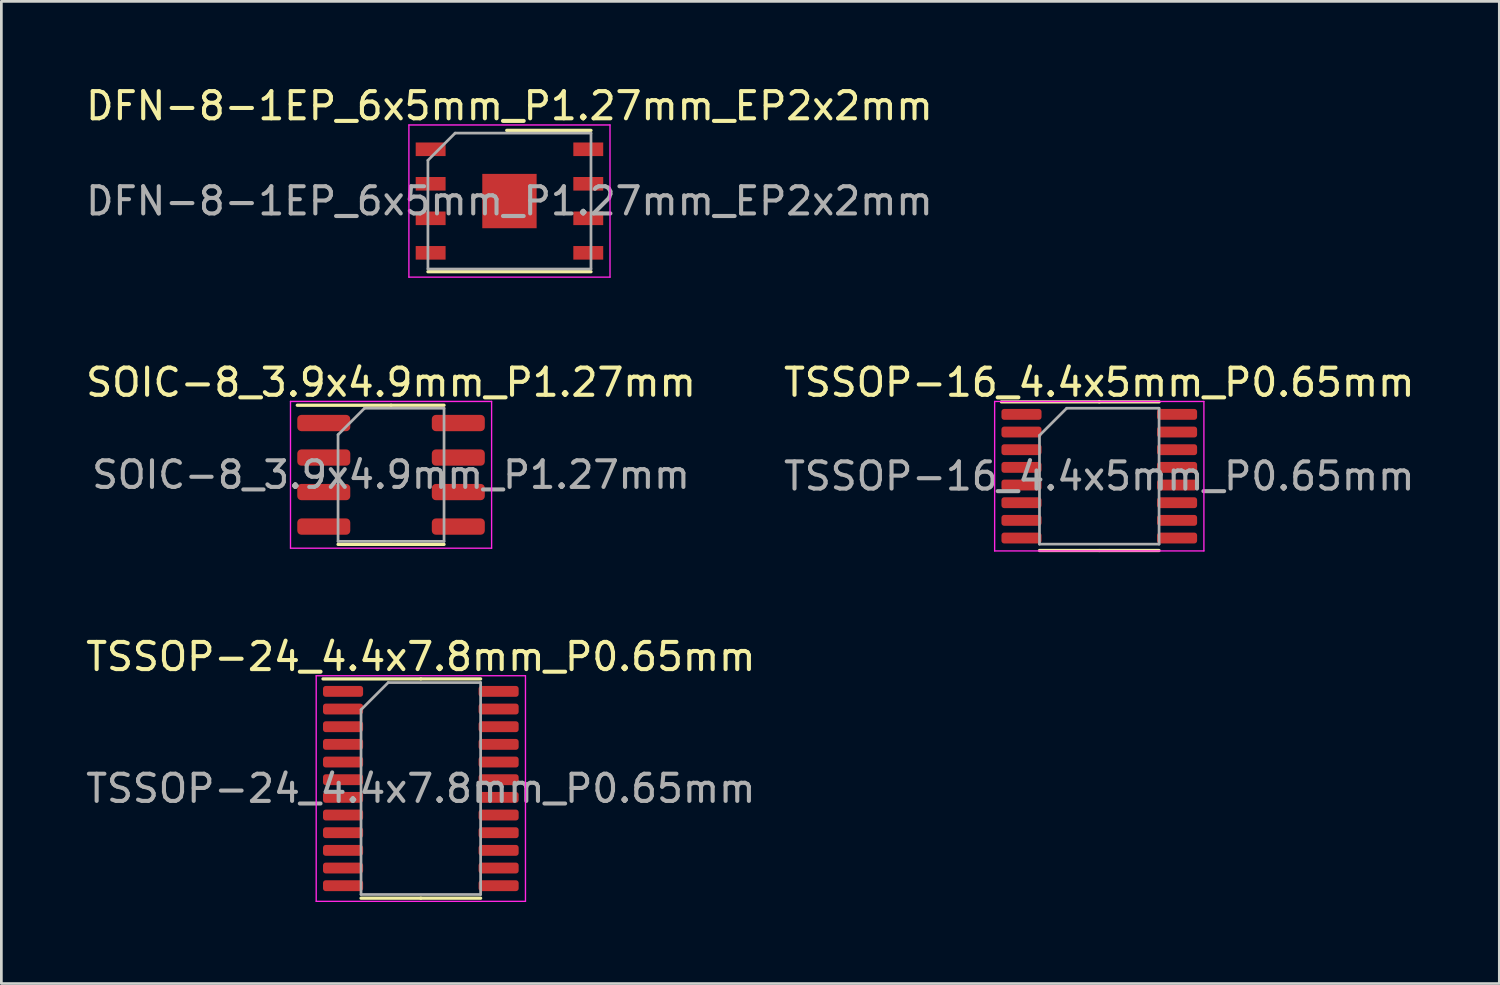
<source format=kicad_pcb>
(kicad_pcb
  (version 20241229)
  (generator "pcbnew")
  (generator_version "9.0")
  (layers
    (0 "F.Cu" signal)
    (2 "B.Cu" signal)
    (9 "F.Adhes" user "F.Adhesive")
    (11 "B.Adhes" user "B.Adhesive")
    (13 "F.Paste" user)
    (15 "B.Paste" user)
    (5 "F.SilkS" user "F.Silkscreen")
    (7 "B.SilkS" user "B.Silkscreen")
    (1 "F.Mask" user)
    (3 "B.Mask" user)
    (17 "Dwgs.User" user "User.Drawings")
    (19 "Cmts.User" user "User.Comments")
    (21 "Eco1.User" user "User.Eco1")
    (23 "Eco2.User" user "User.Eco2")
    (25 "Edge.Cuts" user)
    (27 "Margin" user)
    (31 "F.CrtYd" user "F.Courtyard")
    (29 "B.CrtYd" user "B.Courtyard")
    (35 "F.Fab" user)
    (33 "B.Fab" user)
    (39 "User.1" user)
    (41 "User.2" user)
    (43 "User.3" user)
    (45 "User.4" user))
  (footprint "TSSOP-24_4.4x7.8mm_P0.65mm"
    (layer "F.Cu")
    (at 12.435 25.965)
    (property "Reference" "TSSOP-24_4.4x7.8mm_P0.65mm" (at 0 -4.85 0) (layer "F.SilkS") (effects (font (size 1 1) (thickness 0.15))))
    (attr smd)
    (fp_line (start 0 -4.035) (end -3.6 -4.035) (stroke (width 0.12) (type solid)) (layer "F.SilkS"))
    (fp_line (start 0 -4.035) (end 2.2 -4.035) (stroke (width 0.12) (type solid)) (layer "F.SilkS"))
    (fp_line (start 0 4.035) (end -2.2 4.035) (stroke (width 0.12) (type solid)) (layer "F.SilkS"))
    (fp_line (start 0 4.035) (end 2.2 4.035) (stroke (width 0.12) (type solid)) (layer "F.SilkS"))
    (fp_line (start -3.85 -4.15) (end -3.85 4.15) (stroke (width 0.05) (type solid)) (layer "F.CrtYd"))
    (fp_line (start -3.85 4.15) (end 3.85 4.15) (stroke (width 0.05) (type solid)) (layer "F.CrtYd"))
    (fp_line (start 3.85 -4.15) (end -3.85 -4.15) (stroke (width 0.05) (type solid)) (layer "F.CrtYd"))
    (fp_line (start 3.85 4.15) (end 3.85 -4.15) (stroke (width 0.05) (type solid)) (layer "F.CrtYd"))
    (fp_line (start -2.2 -2.9) (end -1.2 -3.9) (stroke (width 0.1) (type solid)) (layer "F.Fab"))
    (fp_line (start -2.2 3.9) (end -2.2 -2.9) (stroke (width 0.1) (type solid)) (layer "F.Fab"))
    (fp_line (start -1.2 -3.9) (end 2.2 -3.9) (stroke (width 0.1) (type solid)) (layer "F.Fab"))
    (fp_line (start 2.2 -3.9) (end 2.2 3.9) (stroke (width 0.1) (type solid)) (layer "F.Fab"))
    (fp_line (start 2.2 3.9) (end -2.2 3.9) (stroke (width 0.1) (type solid)) (layer "F.Fab"))
    (fp_text user "${REFERENCE}" (at 0 0 0) (layer "F.Fab") (effects (font (size 1 1) (thickness 0.15))))
    (pad "1" smd roundrect (at -2.862 -3.575) (size 1.475 0.4) (layers "F.Cu" "F.Mask" "F.Paste") (roundrect_rratio 0.25))
    (pad "2" smd roundrect (at -2.862 -2.925) (size 1.475 0.4) (layers "F.Cu" "F.Mask" "F.Paste") (roundrect_rratio 0.25))
    (pad "3" smd roundrect (at -2.862 -2.275) (size 1.475 0.4) (layers "F.Cu" "F.Mask" "F.Paste") (roundrect_rratio 0.25))
    (pad "4" smd roundrect (at -2.862 -1.625) (size 1.475 0.4) (layers "F.Cu" "F.Mask" "F.Paste") (roundrect_rratio 0.25))
    (pad "5" smd roundrect (at -2.862 -0.975) (size 1.475 0.4) (layers "F.Cu" "F.Mask" "F.Paste") (roundrect_rratio 0.25))
    (pad "6" smd roundrect (at -2.862 -0.325) (size 1.475 0.4) (layers "F.Cu" "F.Mask" "F.Paste") (roundrect_rratio 0.25))
    (pad "7" smd roundrect (at -2.862 0.325) (size 1.475 0.4) (layers "F.Cu" "F.Mask" "F.Paste") (roundrect_rratio 0.25))
    (pad "8" smd roundrect (at -2.862 0.975) (size 1.475 0.4) (layers "F.Cu" "F.Mask" "F.Paste") (roundrect_rratio 0.25))
    (pad "9" smd roundrect (at -2.862 1.625) (size 1.475 0.4) (layers "F.Cu" "F.Mask" "F.Paste") (roundrect_rratio 0.25))
    (pad "10" smd roundrect (at -2.862 2.275) (size 1.475 0.4) (layers "F.Cu" "F.Mask" "F.Paste") (roundrect_rratio 0.25))
    (pad "11" smd roundrect (at -2.862 2.925) (size 1.475 0.4) (layers "F.Cu" "F.Mask" "F.Paste") (roundrect_rratio 0.25))
    (pad "12" smd roundrect (at -2.862 3.575) (size 1.475 0.4) (layers "F.Cu" "F.Mask" "F.Paste") (roundrect_rratio 0.25))
    (pad "13" smd roundrect (at 2.862 3.575) (size 1.475 0.4) (layers "F.Cu" "F.Mask" "F.Paste") (roundrect_rratio 0.25))
    (pad "14" smd roundrect (at 2.862 2.925) (size 1.475 0.4) (layers "F.Cu" "F.Mask" "F.Paste") (roundrect_rratio 0.25))
    (pad "15" smd roundrect (at 2.862 2.275) (size 1.475 0.4) (layers "F.Cu" "F.Mask" "F.Paste") (roundrect_rratio 0.25))
    (pad "16" smd roundrect (at 2.862 1.625) (size 1.475 0.4) (layers "F.Cu" "F.Mask" "F.Paste") (roundrect_rratio 0.25))
    (pad "17" smd roundrect (at 2.862 0.975) (size 1.475 0.4) (layers "F.Cu" "F.Mask" "F.Paste") (roundrect_rratio 0.25))
    (pad "18" smd roundrect (at 2.862 0.325) (size 1.475 0.4) (layers "F.Cu" "F.Mask" "F.Paste") (roundrect_rratio 0.25))
    (pad "19" smd roundrect (at 2.862 -0.325) (size 1.475 0.4) (layers "F.Cu" "F.Mask" "F.Paste") (roundrect_rratio 0.25))
    (pad "20" smd roundrect (at 2.862 -0.975) (size 1.475 0.4) (layers "F.Cu" "F.Mask" "F.Paste") (roundrect_rratio 0.25))
    (pad "21" smd roundrect (at 2.862 -1.625) (size 1.475 0.4) (layers "F.Cu" "F.Mask" "F.Paste") (roundrect_rratio 0.25))
    (pad "22" smd roundrect (at 2.862 -2.275) (size 1.475 0.4) (layers "F.Cu" "F.Mask" "F.Paste") (roundrect_rratio 0.25))
    (pad "23" smd roundrect (at 2.862 -2.925) (size 1.475 0.4) (layers "F.Cu" "F.Mask" "F.Paste") (roundrect_rratio 0.25))
    (pad "24" smd roundrect (at 2.862 -3.575) (size 1.475 0.4) (layers "F.Cu" "F.Mask" "F.Paste") (roundrect_rratio 0.25)))
  (footprint "SOIC-8_3.9x4.9mm_P1.27mm"
    (layer "F.Cu")
    (at 11.339 14.421)
    (property "Reference" "SOIC-8_3.9x4.9mm_P1.27mm" (at 0 -3.4 0) (layer "F.SilkS") (effects (font (size 1 1) (thickness 0.15))))
    (attr smd)
    (fp_line (start 0 -2.56) (end -3.45 -2.56) (stroke (width 0.12) (type solid)) (layer "F.SilkS"))
    (fp_line (start 0 -2.56) (end 1.95 -2.56) (stroke (width 0.12) (type solid)) (layer "F.SilkS"))
    (fp_line (start 0 2.56) (end -1.95 2.56) (stroke (width 0.12) (type solid)) (layer "F.SilkS"))
    (fp_line (start 0 2.56) (end 1.95 2.56) (stroke (width 0.12) (type solid)) (layer "F.SilkS"))
    (fp_line (start -3.7 -2.7) (end -3.7 2.7) (stroke (width 0.05) (type solid)) (layer "F.CrtYd"))
    (fp_line (start -3.7 2.7) (end 3.7 2.7) (stroke (width 0.05) (type solid)) (layer "F.CrtYd"))
    (fp_line (start 3.7 -2.7) (end -3.7 -2.7) (stroke (width 0.05) (type solid)) (layer "F.CrtYd"))
    (fp_line (start 3.7 2.7) (end 3.7 -2.7) (stroke (width 0.05) (type solid)) (layer "F.CrtYd"))
    (fp_line (start -1.95 -1.475) (end -0.975 -2.45) (stroke (width 0.1) (type solid)) (layer "F.Fab"))
    (fp_line (start -1.95 2.45) (end -1.95 -1.475) (stroke (width 0.1) (type solid)) (layer "F.Fab"))
    (fp_line (start -0.975 -2.45) (end 1.95 -2.45) (stroke (width 0.1) (type solid)) (layer "F.Fab"))
    (fp_line (start 1.95 -2.45) (end 1.95 2.45) (stroke (width 0.1) (type solid)) (layer "F.Fab"))
    (fp_line (start 1.95 2.45) (end -1.95 2.45) (stroke (width 0.1) (type solid)) (layer "F.Fab"))
    (fp_text user "${REFERENCE}" (at 0 0 0) (layer "F.Fab") (effects (font (size 0.98 0.98) (thickness 0.15))))
    (pad "1" smd roundrect (at -2.475 -1.905) (size 1.95 0.6) (layers "F.Cu" "F.Mask" "F.Paste") (roundrect_rratio 0.25))
    (pad "2" smd roundrect (at -2.475 -0.635) (size 1.95 0.6) (layers "F.Cu" "F.Mask" "F.Paste") (roundrect_rratio 0.25))
    (pad "3" smd roundrect (at -2.475 0.635) (size 1.95 0.6) (layers "F.Cu" "F.Mask" "F.Paste") (roundrect_rratio 0.25))
    (pad "4" smd roundrect (at -2.475 1.905) (size 1.95 0.6) (layers "F.Cu" "F.Mask" "F.Paste") (roundrect_rratio 0.25))
    (pad "5" smd roundrect (at 2.475 1.905) (size 1.95 0.6) (layers "F.Cu" "F.Mask" "F.Paste") (roundrect_rratio 0.25))
    (pad "6" smd roundrect (at 2.475 0.635) (size 1.95 0.6) (layers "F.Cu" "F.Mask" "F.Paste") (roundrect_rratio 0.25))
    (pad "7" smd roundrect (at 2.475 -0.635) (size 1.95 0.6) (layers "F.Cu" "F.Mask" "F.Paste") (roundrect_rratio 0.25))
    (pad "8" smd roundrect (at 2.475 -1.905) (size 1.95 0.6) (layers "F.Cu" "F.Mask" "F.Paste") (roundrect_rratio 0.25)))
  (footprint "DFN-8-1EP_6x5mm_P1.27mm_EP2x2mm"
    (layer "F.Cu")
    (at 15.696 4.348)
    (property "Reference" "DFN-8-1EP_6x5mm_P1.27mm_EP2x2mm" (at 0 -3.5 0) (layer "F.SilkS") (effects (font (size 1 1) (thickness 0.15))))
    (attr smd)
    (fp_line (start -3 2.6) (end 3 2.6) (stroke (width 0.12) (type solid)) (layer "F.SilkS"))
    (fp_line (start -0.1 -2.6) (end 3 -2.6) (stroke (width 0.12) (type solid)) (layer "F.SilkS"))
    (fp_line (start -3.7 -2.8) (end 3.7 -2.8) (stroke (width 0.05) (type solid)) (layer "F.CrtYd"))
    (fp_line (start -3.7 2.8) (end -3.7 -2.8) (stroke (width 0.05) (type solid)) (layer "F.CrtYd"))
    (fp_line (start 3.7 -2.8) (end 3.7 2.8) (stroke (width 0.05) (type solid)) (layer "F.CrtYd"))
    (fp_line (start 3.7 2.8) (end -3.7 2.8) (stroke (width 0.05) (type solid)) (layer "F.CrtYd"))
    (fp_line (start -3 2.5) (end -3 -1.5) (stroke (width 0.1) (type solid)) (layer "F.Fab"))
    (fp_line (start -2 -2.5) (end -3 -1.5) (stroke (width 0.1) (type solid)) (layer "F.Fab"))
    (fp_line (start -2 -2.5) (end 3 -2.5) (stroke (width 0.1) (type solid)) (layer "F.Fab"))
    (fp_line (start 3 -2.5) (end 3 2.5) (stroke (width 0.1) (type solid)) (layer "F.Fab"))
    (fp_line (start 3 2.5) (end -3 2.5) (stroke (width 0.1) (type solid)) (layer "F.Fab"))
    (fp_text user "${REFERENCE}" (at 0 0 0) (layer "F.Fab") (effects (font (size 1 1) (thickness 0.15))))
    (pad "" smd rect (at -0.5 -0.5 270) (size 0.8 0.8) (layers "F.Paste"))
    (pad "" smd rect (at -0.5 0.5 270) (size 0.8 0.8) (layers "F.Paste"))
    (pad "" smd rect (at 0.5 -0.5 270) (size 0.8 0.8) (layers "F.Paste"))
    (pad "" smd rect (at 0.5 0.5 270) (size 0.8 0.8) (layers "F.Paste"))
    (pad "1" smd rect (at -2.9 -1.905 270) (size 0.5 1.1) (layers "F.Cu" "F.Mask" "F.Paste"))
    (pad "2" smd rect (at -2.9 -0.635 270) (size 0.5 1.1) (layers "F.Cu" "F.Mask" "F.Paste"))
    (pad "3" smd rect (at -2.9 0.635 270) (size 0.5 1.1) (layers "F.Cu" "F.Mask" "F.Paste"))
    (pad "4" smd rect (at -2.9 1.905 270) (size 0.5 1.1) (layers "F.Cu" "F.Mask" "F.Paste"))
    (pad "5" smd rect (at 2.9 1.905 270) (size 0.5 1.1) (layers "F.Cu" "F.Mask" "F.Paste"))
    (pad "6" smd rect (at 2.9 0.635 270) (size 0.5 1.1) (layers "F.Cu" "F.Mask" "F.Paste"))
    (pad "7" smd rect (at 2.9 -0.635 270) (size 0.5 1.1) (layers "F.Cu" "F.Mask" "F.Paste"))
    (pad "8" smd rect (at 2.9 -1.905 270) (size 0.5 1.1) (layers "F.Cu" "F.Mask" "F.Paste"))
    (pad "9" smd rect (at 0 0 270) (size 2 2) (layers "F.Cu" "F.Mask")))
  (footprint "TSSOP-16_4.4x5mm_P0.65mm"
    (layer "F.Cu")
    (at 37.399 14.472)
    (property "Reference" "TSSOP-16_4.4x5mm_P0.65mm" (at 0 -3.45 0) (layer "F.SilkS") (effects (font (size 1 1) (thickness 0.15))))
    (attr smd)
    (fp_line (start 0 -2.735) (end -3.6 -2.735) (stroke (width 0.12) (type solid)) (layer "F.SilkS"))
    (fp_line (start 0 -2.735) (end 2.2 -2.735) (stroke (width 0.12) (type solid)) (layer "F.SilkS"))
    (fp_line (start 0 2.735) (end -2.2 2.735) (stroke (width 0.12) (type solid)) (layer "F.SilkS"))
    (fp_line (start 0 2.735) (end 2.2 2.735) (stroke (width 0.12) (type solid)) (layer "F.SilkS"))
    (fp_line (start -3.85 -2.75) (end -3.85 2.75) (stroke (width 0.05) (type solid)) (layer "F.CrtYd"))
    (fp_line (start -3.85 2.75) (end 3.85 2.75) (stroke (width 0.05) (type solid)) (layer "F.CrtYd"))
    (fp_line (start 3.85 -2.75) (end -3.85 -2.75) (stroke (width 0.05) (type solid)) (layer "F.CrtYd"))
    (fp_line (start 3.85 2.75) (end 3.85 -2.75) (stroke (width 0.05) (type solid)) (layer "F.CrtYd"))
    (fp_line (start -2.2 -1.5) (end -1.2 -2.5) (stroke (width 0.1) (type solid)) (layer "F.Fab"))
    (fp_line (start -2.2 2.5) (end -2.2 -1.5) (stroke (width 0.1) (type solid)) (layer "F.Fab"))
    (fp_line (start -1.2 -2.5) (end 2.2 -2.5) (stroke (width 0.1) (type solid)) (layer "F.Fab"))
    (fp_line (start 2.2 -2.5) (end 2.2 2.5) (stroke (width 0.1) (type solid)) (layer "F.Fab"))
    (fp_line (start 2.2 2.5) (end -2.2 2.5) (stroke (width 0.1) (type solid)) (layer "F.Fab"))
    (fp_text user "${REFERENCE}" (at 0 0 0) (layer "F.Fab") (effects (font (size 1 1) (thickness 0.15))))
    (pad "1" smd roundrect (at -2.862 -2.275) (size 1.475 0.4) (layers "F.Cu" "F.Mask" "F.Paste") (roundrect_rratio 0.25))
    (pad "2" smd roundrect (at -2.862 -1.625) (size 1.475 0.4) (layers "F.Cu" "F.Mask" "F.Paste") (roundrect_rratio 0.25))
    (pad "3" smd roundrect (at -2.862 -0.975) (size 1.475 0.4) (layers "F.Cu" "F.Mask" "F.Paste") (roundrect_rratio 0.25))
    (pad "4" smd roundrect (at -2.862 -0.325) (size 1.475 0.4) (layers "F.Cu" "F.Mask" "F.Paste") (roundrect_rratio 0.25))
    (pad "5" smd roundrect (at -2.862 0.325) (size 1.475 0.4) (layers "F.Cu" "F.Mask" "F.Paste") (roundrect_rratio 0.25))
    (pad "6" smd roundrect (at -2.862 0.975) (size 1.475 0.4) (layers "F.Cu" "F.Mask" "F.Paste") (roundrect_rratio 0.25))
    (pad "7" smd roundrect (at -2.862 1.625) (size 1.475 0.4) (layers "F.Cu" "F.Mask" "F.Paste") (roundrect_rratio 0.25))
    (pad "8" smd roundrect (at -2.862 2.275) (size 1.475 0.4) (layers "F.Cu" "F.Mask" "F.Paste") (roundrect_rratio 0.25))
    (pad "9" smd roundrect (at 2.862 2.275) (size 1.475 0.4) (layers "F.Cu" "F.Mask" "F.Paste") (roundrect_rratio 0.25))
    (pad "10" smd roundrect (at 2.862 1.625) (size 1.475 0.4) (layers "F.Cu" "F.Mask" "F.Paste") (roundrect_rratio 0.25))
    (pad "11" smd roundrect (at 2.862 0.975) (size 1.475 0.4) (layers "F.Cu" "F.Mask" "F.Paste") (roundrect_rratio 0.25))
    (pad "12" smd roundrect (at 2.862 0.325) (size 1.475 0.4) (layers "F.Cu" "F.Mask" "F.Paste") (roundrect_rratio 0.25))
    (pad "13" smd roundrect (at 2.862 -0.325) (size 1.475 0.4) (layers "F.Cu" "F.Mask" "F.Paste") (roundrect_rratio 0.25))
    (pad "14" smd roundrect (at 2.862 -0.975) (size 1.475 0.4) (layers "F.Cu" "F.Mask" "F.Paste") (roundrect_rratio 0.25))
    (pad "15" smd roundrect (at 2.862 -1.625) (size 1.475 0.4) (layers "F.Cu" "F.Mask" "F.Paste") (roundrect_rratio 0.25))
    (pad "16" smd roundrect (at 2.862 -2.275) (size 1.475 0.4) (layers "F.Cu" "F.Mask" "F.Paste") (roundrect_rratio 0.25)))
  (gr_rect
    (start -3 -3)
    (end 52.119 33.14)
    (stroke (width 0.1) (type default))
    (fill no)
    (layer "Edge.Cuts")))
</source>
